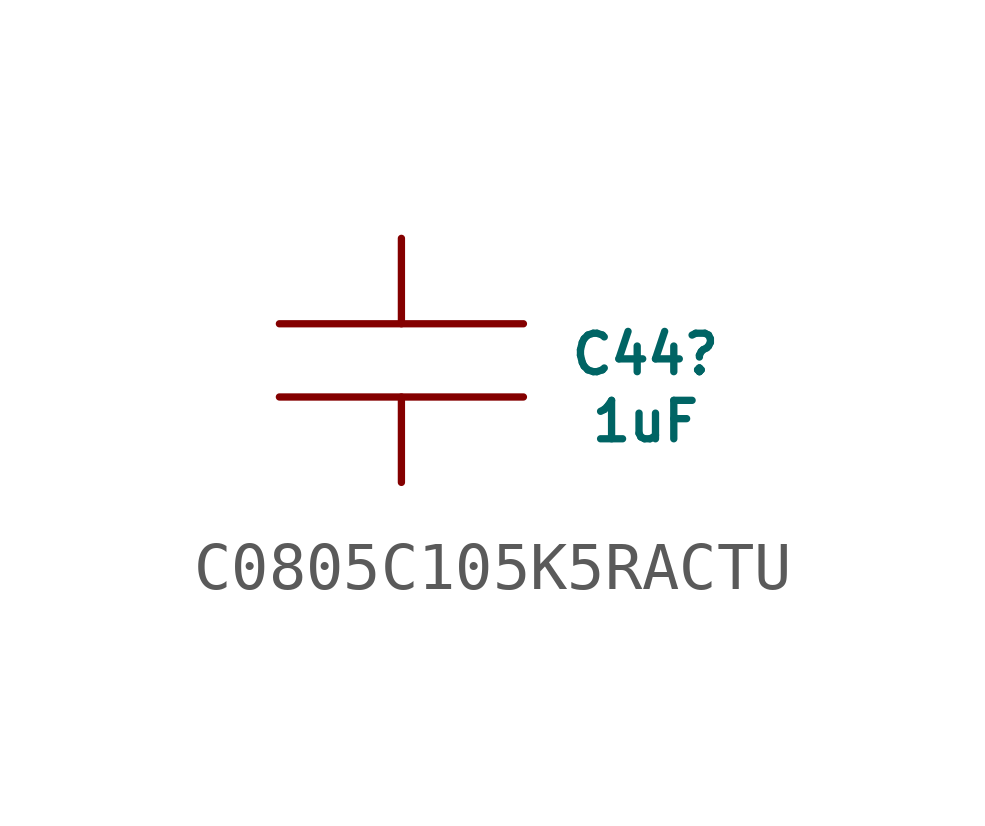
<source format=kicad_sym>
(kicad_symbol_lib
  (version 20220914)
  (generator kicad_symbol_editor)
  (symbol "C0805C105K5RACTU"
    (pin_numbers hide)
    (pin_names
      (offset 1.016) hide)
    (property "Reference" "C44"
      (at 5.08 -2.413 0)
      (do_not_autoplace)
      (effects (font (size 0.8 0.8))))
    (property "Value" "1uF"
      (at 5.08 -3.81 0)
      (do_not_autoplace)
      (effects (font (size 0.8 0.8))))
    (symbol "C0805C105K5RACTU_1_1"
      (polyline (pts (xy 2.54 -3.302) (xy -2.54 -3.302)) (stroke (width 0) (type solid)) (fill (type none)))
      (polyline (pts (xy 2.54 -1.778) (xy -2.54 -1.778)) (stroke (width 0) (type solid)) (fill (type none)))
      (pin passive line (at 0 0 270) (length 1.778) (name "1" (effects (font (size 0 0)))) (number "1" (effects (font (size 1.016 1.016)))))
      (pin passive line (at 0 -5.08 90) (length 1.778) (name "2" (effects (font (size 0 0)))) (number "2" (effects (font (size 1.016 1.016))))))))
</source>
